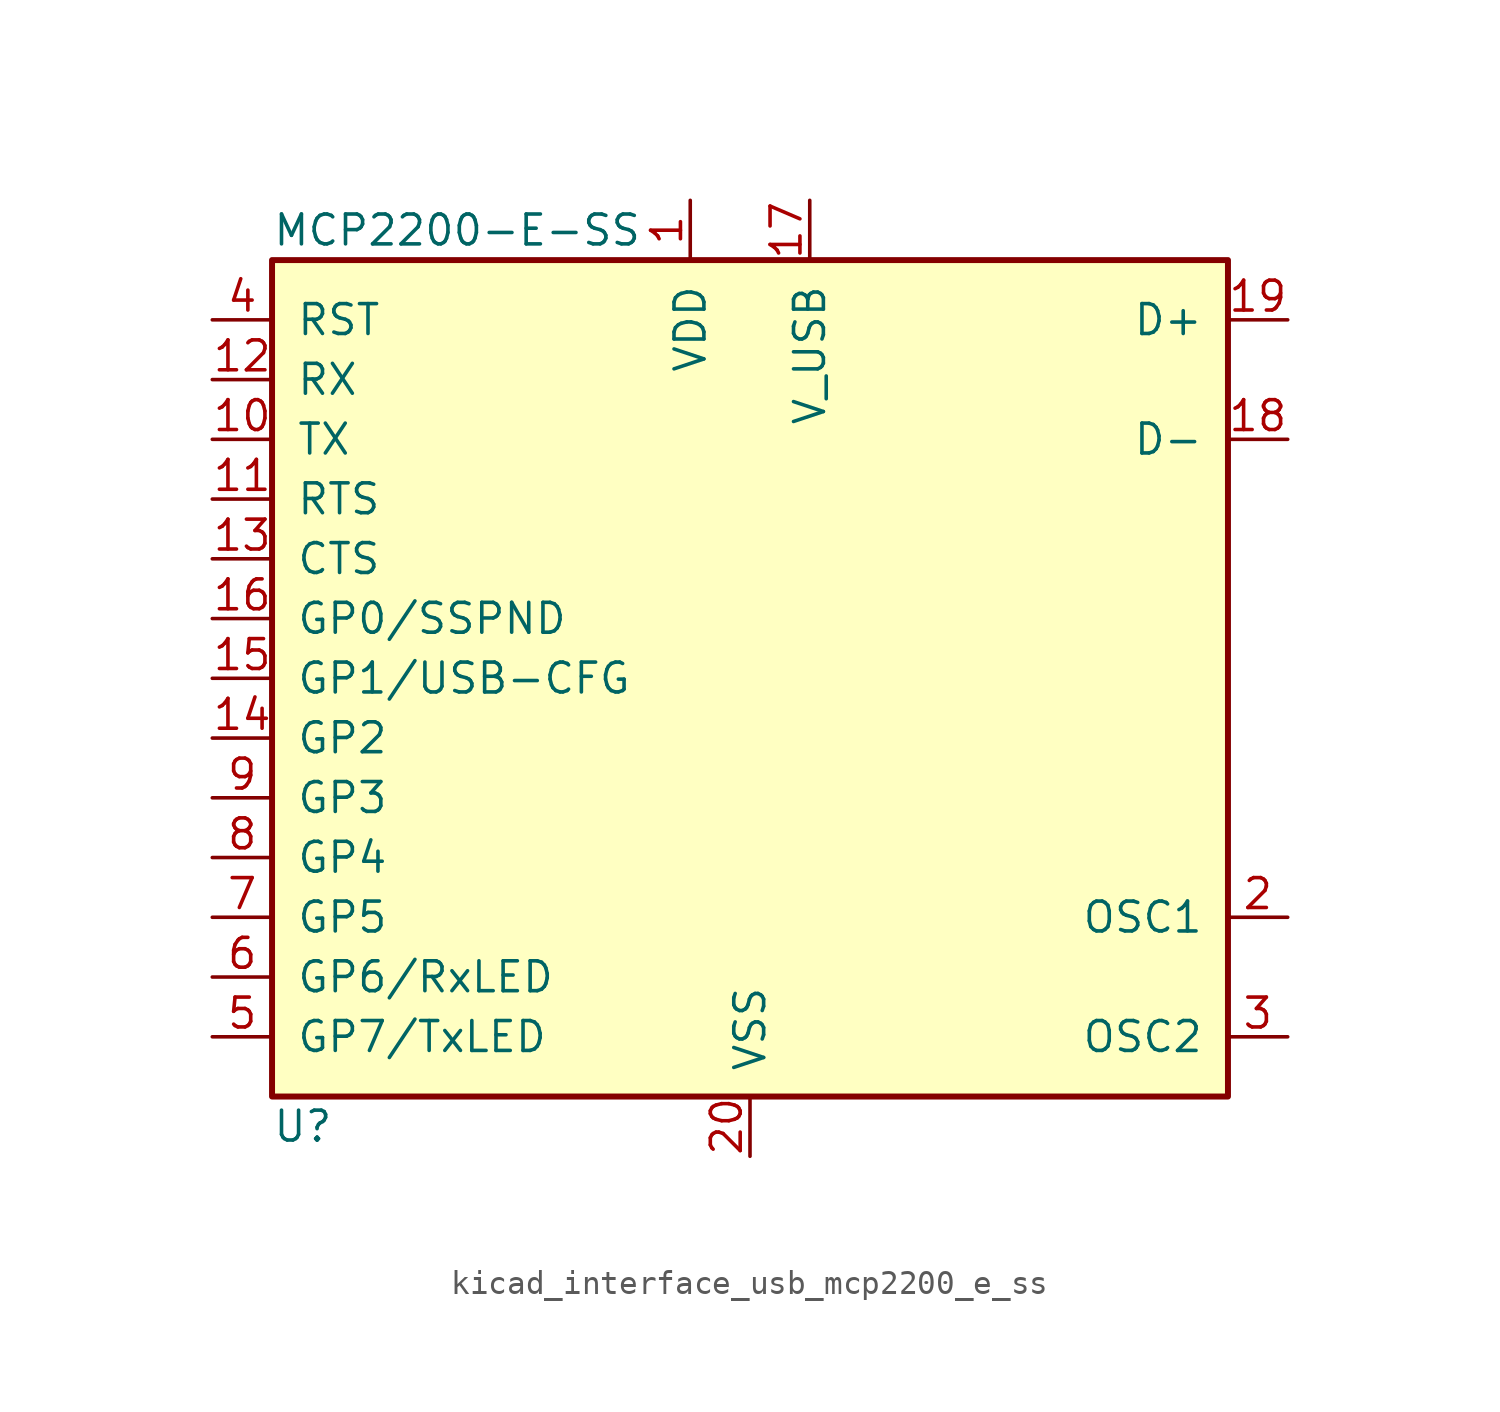
<source format=kicad_sym>
(kicad_symbol_lib
  (version 20220914)
  (generator kicad_symbol_editor)
  (symbol "kicad_interface_usb_mcp2200_e_ss"
    (pin_names
      (offset 1.016))
    (property "Reference" "U"
      (at -20.32 -19.05 0)
      (effects (font (size 1.27 1.27)) (justify left)))
    (property "Value" "MCP2200-E-SS"
      (at -20.32 19.05 0)
      (effects (font (size 1.27 1.27)) (justify left)))
    (symbol "kicad_interface_usb_mcp2200_e_ss_0_1"
      (rectangle (start -20.32 17.78) (end 20.32 -17.78) (stroke (width 0.254) (type default)) (fill (type background))))
    (symbol "kicad_interface_usb_mcp2200_e_ss_1_1"
      (pin power_in line (at -2.54 20.32 270) (length 2.54) (name "VDD" (effects (font (size 1.27 1.27)))) (number "1" (effects (font (size 1.27 1.27)))))
      (pin output line (at -22.86 10.16 0) (length 2.54) (name "TX" (effects (font (size 1.27 1.27)))) (number "10" (effects (font (size 1.27 1.27)))))
      (pin output line (at -22.86 7.62 0) (length 2.54) (name "RTS" (effects (font (size 1.27 1.27)))) (number "11" (effects (font (size 1.27 1.27)))))
      (pin input line (at -22.86 12.7 0) (length 2.54) (name "RX" (effects (font (size 1.27 1.27)))) (number "12" (effects (font (size 1.27 1.27)))))
      (pin input line (at -22.86 5.08 0) (length 2.54) (name "CTS" (effects (font (size 1.27 1.27)))) (number "13" (effects (font (size 1.27 1.27)))))
      (pin bidirectional line (at -22.86 -2.54 0) (length 2.54) (name "GP2" (effects (font (size 1.27 1.27)))) (number "14" (effects (font (size 1.27 1.27)))))
      (pin bidirectional line (at -22.86 0 0) (length 2.54) (name "GP1/USB-CFG" (effects (font (size 1.27 1.27)))) (number "15" (effects (font (size 1.27 1.27)))))
      (pin bidirectional line (at -22.86 2.54 0) (length 2.54) (name "GP0/SSPND" (effects (font (size 1.27 1.27)))) (number "16" (effects (font (size 1.27 1.27)))))
      (pin power_in line (at 2.54 20.32 270) (length 2.54) (name "V_USB" (effects (font (size 1.27 1.27)))) (number "17" (effects (font (size 1.27 1.27)))))
      (pin bidirectional line (at 22.86 10.16 180) (length 2.54) (name "D-" (effects (font (size 1.27 1.27)))) (number "18" (effects (font (size 1.27 1.27)))))
      (pin bidirectional line (at 22.86 15.24 180) (length 2.54) (name "D+" (effects (font (size 1.27 1.27)))) (number "19" (effects (font (size 1.27 1.27)))))
      (pin input line (at 22.86 -10.16 180) (length 2.54) (name "OSC1" (effects (font (size 1.27 1.27)))) (number "2" (effects (font (size 1.27 1.27)))))
      (pin power_in line (at 0 -20.32 90) (length 2.54) (name "VSS" (effects (font (size 1.27 1.27)))) (number "20" (effects (font (size 1.27 1.27)))))
      (pin output line (at 22.86 -15.24 180) (length 2.54) (name "OSC2" (effects (font (size 1.27 1.27)))) (number "3" (effects (font (size 1.27 1.27)))))
      (pin input line (at -22.86 15.24 0) (length 2.54) (name "RST" (effects (font (size 1.27 1.27)))) (number "4" (effects (font (size 1.27 1.27)))))
      (pin bidirectional line (at -22.86 -15.24 0) (length 2.54) (name "GP7/TxLED" (effects (font (size 1.27 1.27)))) (number "5" (effects (font (size 1.27 1.27)))))
      (pin bidirectional line (at -22.86 -12.7 0) (length 2.54) (name "GP6/RxLED" (effects (font (size 1.27 1.27)))) (number "6" (effects (font (size 1.27 1.27)))))
      (pin bidirectional line (at -22.86 -10.16 0) (length 2.54) (name "GP5" (effects (font (size 1.27 1.27)))) (number "7" (effects (font (size 1.27 1.27)))))
      (pin bidirectional line (at -22.86 -7.62 0) (length 2.54) (name "GP4" (effects (font (size 1.27 1.27)))) (number "8" (effects (font (size 1.27 1.27)))))
      (pin bidirectional line (at -22.86 -5.08 0) (length 2.54) (name "GP3" (effects (font (size 1.27 1.27)))) (number "9" (effects (font (size 1.27 1.27))))))))
</source>
